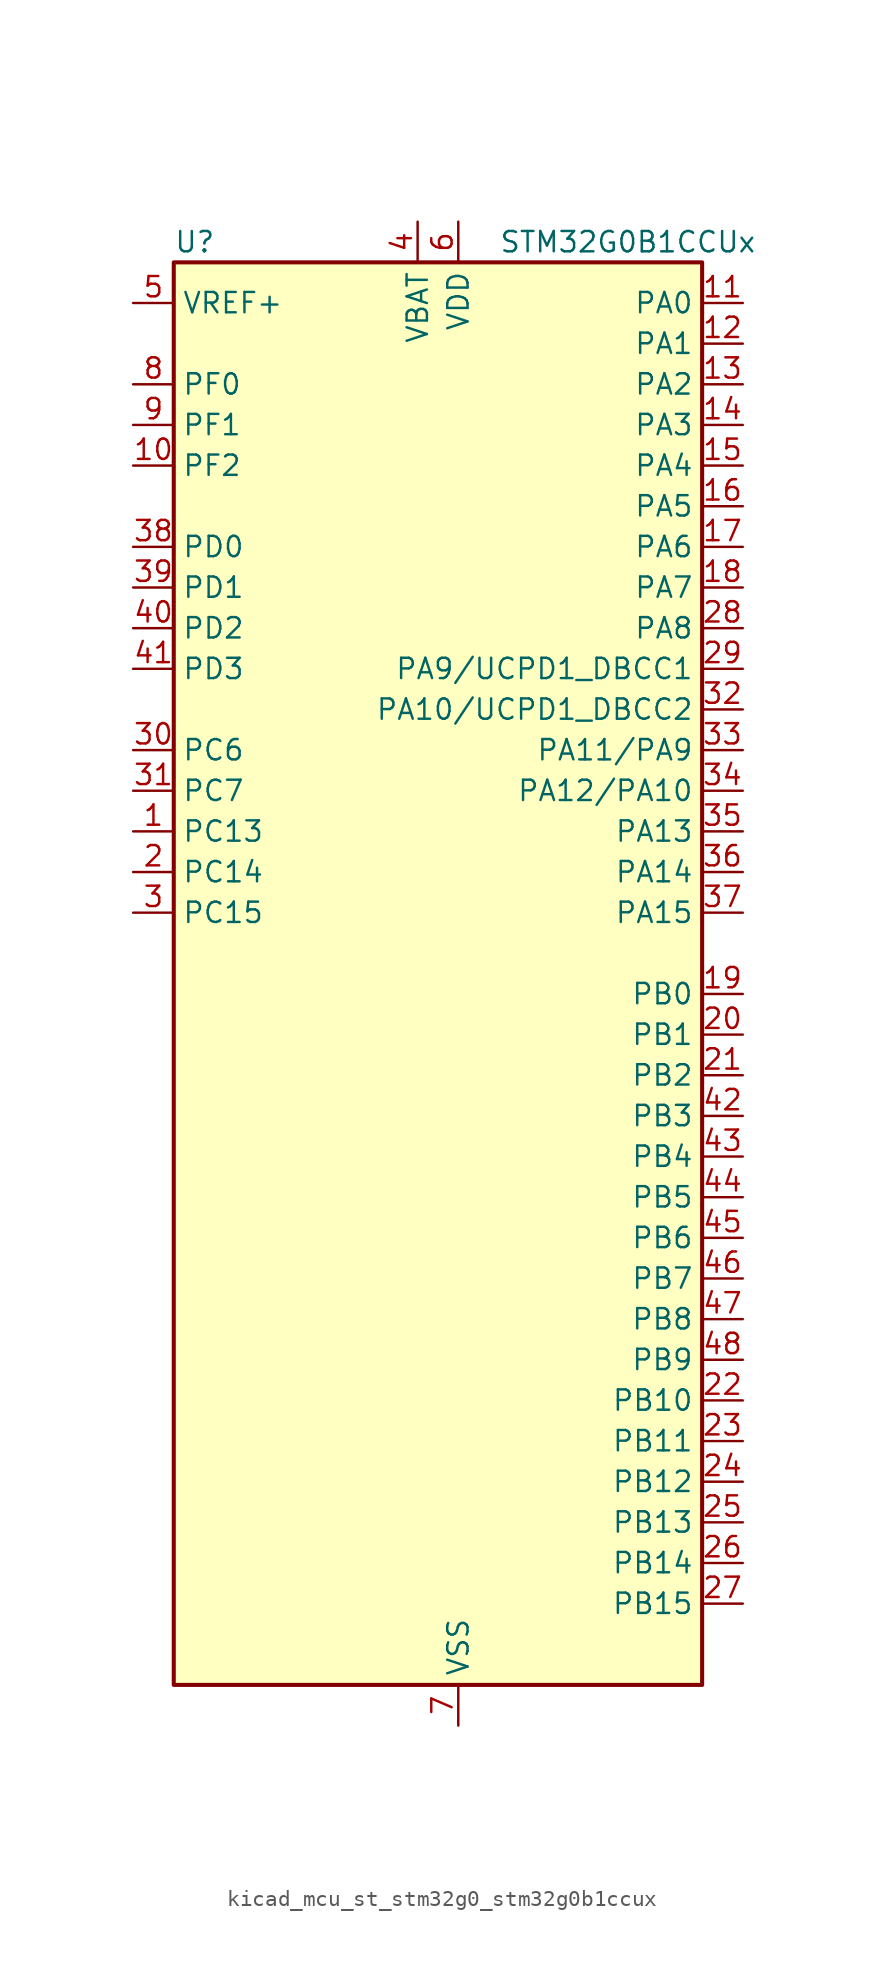
<source format=kicad_sym>
(kicad_symbol_lib
  (version 20220914)
  (generator kicad_symbol_editor)
  (symbol "kicad_mcu_st_stm32g0_stm32g0b1ccux"
    (property "Reference" "U"
      (at -15.24 46.99 0)
      (effects (font (size 1.27 1.27)) (justify left)))
    (property "Value" "STM32G0B1CCUx"
      (at 5.08 46.99 0)
      (effects (font (size 1.27 1.27)) (justify left)))
    (property "ki_locked" ""
      (at 0 0 0)
      (effects (font (size 1.27 1.27))))
    (symbol "kicad_mcu_st_stm32g0_stm32g0b1ccux_0_1"
      (rectangle (start -15.24 -43.18) (end 17.78 45.72) (stroke (width 0.254) (type default)) (fill (type background))))
    (symbol "kicad_mcu_st_stm32g0_stm32g0b1ccux_1_1"
      (pin bidirectional line (at -17.78 10.16 0) (length 2.54) (name "PC13" (effects (font (size 1.27 1.27)))) (number "1" (effects (font (size 1.27 1.27)))) (alternate "RTC_OUT1" bidirectional line) (alternate "RTC_TAMP_IN1" bidirectional line) (alternate "RTC_TS" bidirectional line) (alternate "SYS_WKUP2" bidirectional line) (alternate "TIM1_BK" bidirectional line))
      (pin bidirectional line (at -17.78 33.02 0) (length 2.54) (name "PF2" (effects (font (size 1.27 1.27)))) (number "10" (effects (font (size 1.27 1.27)))) (alternate "LPUART2_DE" bidirectional line) (alternate "LPUART2_RTS" bidirectional line) (alternate "LPUART2_TX" bidirectional line) (alternate "RCC_MCO" bidirectional line))
      (pin bidirectional line (at 20.32 43.18 180) (length 2.54) (name "PA0" (effects (font (size 1.27 1.27)))) (number "11" (effects (font (size 1.27 1.27)))) (alternate "ADC1_IN0" bidirectional line) (alternate "COMP1_INM" bidirectional line) (alternate "COMP1_OUT" bidirectional line) (alternate "I2S2_CK" bidirectional line) (alternate "LPTIM1_OUT" bidirectional line) (alternate "RTC_TAMP_IN2" bidirectional line) (alternate "SPI2_SCK" bidirectional line) (alternate "SYS_WKUP1" bidirectional line) (alternate "TIM2_CH1" bidirectional line) (alternate "TIM2_ETR" bidirectional line) (alternate "UCPD2_FRSTX1" bidirectional line) (alternate "UCPD2_FRSTX2" bidirectional line) (alternate "USART2_CTS" bidirectional line) (alternate "USART2_NSS" bidirectional line) (alternate "USART4_TX" bidirectional line))
      (pin bidirectional line (at 20.32 40.64 180) (length 2.54) (name "PA1" (effects (font (size 1.27 1.27)))) (number "12" (effects (font (size 1.27 1.27)))) (alternate "ADC1_IN1" bidirectional line) (alternate "COMP1_INP" bidirectional line) (alternate "I2C1_SMBA" bidirectional line) (alternate "I2S1_CK" bidirectional line) (alternate "SPI1_SCK" bidirectional line) (alternate "TIM15_CH1N" bidirectional line) (alternate "TIM2_CH2" bidirectional line) (alternate "USART2_CK" bidirectional line) (alternate "USART2_DE" bidirectional line) (alternate "USART2_RTS" bidirectional line) (alternate "USART4_RX" bidirectional line))
      (pin bidirectional line (at 20.32 38.1 180) (length 2.54) (name "PA2" (effects (font (size 1.27 1.27)))) (number "13" (effects (font (size 1.27 1.27)))) (alternate "ADC1_IN2" bidirectional line) (alternate "COMP2_INM" bidirectional line) (alternate "COMP2_OUT" bidirectional line) (alternate "I2S1_SD" bidirectional line) (alternate "LPUART1_TX" bidirectional line) (alternate "RCC_LSCO" bidirectional line) (alternate "SPI1_MOSI" bidirectional line) (alternate "SYS_WKUP4" bidirectional line) (alternate "TIM15_CH1" bidirectional line) (alternate "TIM2_CH3" bidirectional line) (alternate "UCPD1_FRSTX1" bidirectional line) (alternate "UCPD1_FRSTX2" bidirectional line) (alternate "USART2_TX" bidirectional line))
      (pin bidirectional line (at 20.32 35.56 180) (length 2.54) (name "PA3" (effects (font (size 1.27 1.27)))) (number "14" (effects (font (size 1.27 1.27)))) (alternate "ADC1_IN3" bidirectional line) (alternate "COMP2_INP" bidirectional line) (alternate "I2S2_MCK" bidirectional line) (alternate "LPUART1_RX" bidirectional line) (alternate "SPI2_MISO" bidirectional line) (alternate "TIM15_CH2" bidirectional line) (alternate "TIM2_CH4" bidirectional line) (alternate "UCPD2_FRSTX1" bidirectional line) (alternate "UCPD2_FRSTX2" bidirectional line) (alternate "USART2_RX" bidirectional line))
      (pin bidirectional line (at 20.32 33.02 180) (length 2.54) (name "PA4" (effects (font (size 1.27 1.27)))) (number "15" (effects (font (size 1.27 1.27)))) (alternate "ADC1_IN4" bidirectional line) (alternate "DAC1_OUT1" bidirectional line) (alternate "I2S1_WS" bidirectional line) (alternate "I2S2_SD" bidirectional line) (alternate "LPTIM2_OUT" bidirectional line) (alternate "RTC_OUT2" bidirectional line) (alternate "SPI1_NSS" bidirectional line) (alternate "SPI2_MOSI" bidirectional line) (alternate "SPI3_NSS" bidirectional line) (alternate "TIM14_CH1" bidirectional line) (alternate "UCPD2_FRSTX1" bidirectional line) (alternate "UCPD2_FRSTX2" bidirectional line) (alternate "USART6_TX" bidirectional line) (alternate "USB_NOE" bidirectional line))
      (pin bidirectional line (at 20.32 30.48 180) (length 2.54) (name "PA5" (effects (font (size 1.27 1.27)))) (number "16" (effects (font (size 1.27 1.27)))) (alternate "ADC1_IN5" bidirectional line) (alternate "CEC" bidirectional line) (alternate "DAC1_OUT2" bidirectional line) (alternate "I2S1_CK" bidirectional line) (alternate "LPTIM2_ETR" bidirectional line) (alternate "SPI1_SCK" bidirectional line) (alternate "TIM2_CH1" bidirectional line) (alternate "TIM2_ETR" bidirectional line) (alternate "UCPD1_FRSTX1" bidirectional line) (alternate "UCPD1_FRSTX2" bidirectional line) (alternate "USART3_TX" bidirectional line) (alternate "USART6_RX" bidirectional line))
      (pin bidirectional line (at 20.32 27.94 180) (length 2.54) (name "PA6" (effects (font (size 1.27 1.27)))) (number "17" (effects (font (size 1.27 1.27)))) (alternate "ADC1_IN6" bidirectional line) (alternate "COMP1_OUT" bidirectional line) (alternate "I2C2_SDA" bidirectional line) (alternate "I2C3_SDA" bidirectional line) (alternate "I2S1_MCK" bidirectional line) (alternate "LPUART1_CTS" bidirectional line) (alternate "SPI1_MISO" bidirectional line) (alternate "TIM16_CH1" bidirectional line) (alternate "TIM1_BK" bidirectional line) (alternate "TIM3_CH1" bidirectional line) (alternate "USART3_CTS" bidirectional line) (alternate "USART3_NSS" bidirectional line) (alternate "USART6_CTS" bidirectional line) (alternate "USART6_NSS" bidirectional line))
      (pin bidirectional line (at 20.32 25.4 180) (length 2.54) (name "PA7" (effects (font (size 1.27 1.27)))) (number "18" (effects (font (size 1.27 1.27)))) (alternate "ADC1_IN7" bidirectional line) (alternate "COMP2_OUT" bidirectional line) (alternate "I2C2_SCL" bidirectional line) (alternate "I2C3_SCL" bidirectional line) (alternate "I2S1_SD" bidirectional line) (alternate "SPI1_MOSI" bidirectional line) (alternate "TIM14_CH1" bidirectional line) (alternate "TIM17_CH1" bidirectional line) (alternate "TIM1_CH1N" bidirectional line) (alternate "TIM3_CH2" bidirectional line) (alternate "UCPD1_FRSTX1" bidirectional line) (alternate "UCPD1_FRSTX2" bidirectional line) (alternate "USART6_CK" bidirectional line) (alternate "USART6_DE" bidirectional line) (alternate "USART6_RTS" bidirectional line))
      (pin bidirectional line (at 20.32 0 180) (length 2.54) (name "PB0" (effects (font (size 1.27 1.27)))) (number "19" (effects (font (size 1.27 1.27)))) (alternate "ADC1_IN8" bidirectional line) (alternate "COMP1_OUT" bidirectional line) (alternate "COMP3_INP" bidirectional line) (alternate "FDCAN2_RX" bidirectional line) (alternate "I2S1_WS" bidirectional line) (alternate "LPTIM1_OUT" bidirectional line) (alternate "LPUART2_CTS" bidirectional line) (alternate "SPI1_NSS" bidirectional line) (alternate "TIM1_CH2N" bidirectional line) (alternate "TIM3_CH3" bidirectional line) (alternate "UCPD1_FRSTX1" bidirectional line) (alternate "UCPD1_FRSTX2" bidirectional line) (alternate "USART3_RX" bidirectional line) (alternate "USART5_TX" bidirectional line))
      (pin bidirectional line (at -17.78 7.62 0) (length 2.54) (name "PC14" (effects (font (size 1.27 1.27)))) (number "2" (effects (font (size 1.27 1.27)))) (alternate "RCC_OSC32_IN" bidirectional line) (alternate "TIM1_BK2" bidirectional line))
      (pin bidirectional line (at 20.32 -2.54 180) (length 2.54) (name "PB1" (effects (font (size 1.27 1.27)))) (number "20" (effects (font (size 1.27 1.27)))) (alternate "ADC1_IN9" bidirectional line) (alternate "COMP1_INM" bidirectional line) (alternate "COMP3_OUT" bidirectional line) (alternate "FDCAN2_TX" bidirectional line) (alternate "LPTIM2_IN1" bidirectional line) (alternate "LPUART1_DE" bidirectional line) (alternate "LPUART1_RTS" bidirectional line) (alternate "LPUART2_DE" bidirectional line) (alternate "LPUART2_RTS" bidirectional line) (alternate "TIM14_CH1" bidirectional line) (alternate "TIM1_CH3N" bidirectional line) (alternate "TIM3_CH4" bidirectional line) (alternate "USART3_CK" bidirectional line) (alternate "USART3_DE" bidirectional line) (alternate "USART3_RTS" bidirectional line) (alternate "USART5_RX" bidirectional line))
      (pin bidirectional line (at 20.32 -5.08 180) (length 2.54) (name "PB2" (effects (font (size 1.27 1.27)))) (number "21" (effects (font (size 1.27 1.27)))) (alternate "ADC1_IN10" bidirectional line) (alternate "COMP1_INP" bidirectional line) (alternate "COMP3_INM" bidirectional line) (alternate "I2S2_MCK" bidirectional line) (alternate "LPTIM1_OUT" bidirectional line) (alternate "RCC_MCO_2" bidirectional line) (alternate "SPI2_MISO" bidirectional line) (alternate "USART3_TX" bidirectional line))
      (pin bidirectional line (at 20.32 -25.4 180) (length 2.54) (name "PB10" (effects (font (size 1.27 1.27)))) (number "22" (effects (font (size 1.27 1.27)))) (alternate "ADC1_IN11" bidirectional line) (alternate "CEC" bidirectional line) (alternate "COMP1_OUT" bidirectional line) (alternate "I2C2_SCL" bidirectional line) (alternate "I2S2_CK" bidirectional line) (alternate "LPUART1_RX" bidirectional line) (alternate "SPI2_SCK" bidirectional line) (alternate "TIM2_CH3" bidirectional line) (alternate "USART3_TX" bidirectional line))
      (pin bidirectional line (at 20.32 -27.94 180) (length 2.54) (name "PB11" (effects (font (size 1.27 1.27)))) (number "23" (effects (font (size 1.27 1.27)))) (alternate "ADC1_EXTI11" bidirectional line) (alternate "ADC1_IN15" bidirectional line) (alternate "COMP2_OUT" bidirectional line) (alternate "I2C2_SDA" bidirectional line) (alternate "I2S2_SD" bidirectional line) (alternate "LPUART1_TX" bidirectional line) (alternate "SPI2_MOSI" bidirectional line) (alternate "TIM2_CH4" bidirectional line) (alternate "USART3_RX" bidirectional line))
      (pin bidirectional line (at 20.32 -30.48 180) (length 2.54) (name "PB12" (effects (font (size 1.27 1.27)))) (number "24" (effects (font (size 1.27 1.27)))) (alternate "ADC1_IN16" bidirectional line) (alternate "FDCAN2_RX" bidirectional line) (alternate "I2C2_SMBA" bidirectional line) (alternate "I2S2_WS" bidirectional line) (alternate "LPUART1_DE" bidirectional line) (alternate "LPUART1_RTS" bidirectional line) (alternate "SPI2_NSS" bidirectional line) (alternate "TIM15_BK" bidirectional line) (alternate "TIM1_BK" bidirectional line) (alternate "UCPD2_FRSTX1" bidirectional line) (alternate "UCPD2_FRSTX2" bidirectional line))
      (pin bidirectional line (at 20.32 -33.02 180) (length 2.54) (name "PB13" (effects (font (size 1.27 1.27)))) (number "25" (effects (font (size 1.27 1.27)))) (alternate "FDCAN2_TX" bidirectional line) (alternate "I2C2_SCL" bidirectional line) (alternate "I2S2_CK" bidirectional line) (alternate "LPUART1_CTS" bidirectional line) (alternate "SPI2_SCK" bidirectional line) (alternate "TIM15_CH1N" bidirectional line) (alternate "TIM1_CH1N" bidirectional line) (alternate "USART3_CTS" bidirectional line) (alternate "USART3_NSS" bidirectional line))
      (pin bidirectional line (at 20.32 -35.56 180) (length 2.54) (name "PB14" (effects (font (size 1.27 1.27)))) (number "26" (effects (font (size 1.27 1.27)))) (alternate "I2C2_SDA" bidirectional line) (alternate "I2S2_MCK" bidirectional line) (alternate "SPI2_MISO" bidirectional line) (alternate "TIM15_CH1" bidirectional line) (alternate "TIM1_CH2N" bidirectional line) (alternate "UCPD1_FRSTX1" bidirectional line) (alternate "UCPD1_FRSTX2" bidirectional line) (alternate "USART3_CK" bidirectional line) (alternate "USART3_DE" bidirectional line) (alternate "USART3_RTS" bidirectional line) (alternate "USART6_CK" bidirectional line) (alternate "USART6_DE" bidirectional line) (alternate "USART6_RTS" bidirectional line))
      (pin bidirectional line (at 20.32 -38.1 180) (length 2.54) (name "PB15" (effects (font (size 1.27 1.27)))) (number "27" (effects (font (size 1.27 1.27)))) (alternate "I2S2_SD" bidirectional line) (alternate "RTC_REFIN" bidirectional line) (alternate "SPI2_MOSI" bidirectional line) (alternate "TIM15_CH1N" bidirectional line) (alternate "TIM15_CH2" bidirectional line) (alternate "TIM1_CH3N" bidirectional line) (alternate "UCPD1_CC2" bidirectional line) (alternate "USART6_CTS" bidirectional line) (alternate "USART6_NSS" bidirectional line))
      (pin bidirectional line (at 20.32 22.86 180) (length 2.54) (name "PA8" (effects (font (size 1.27 1.27)))) (number "28" (effects (font (size 1.27 1.27)))) (alternate "CRS1_SYNC" bidirectional line) (alternate "I2C2_SMBA" bidirectional line) (alternate "I2S2_WS" bidirectional line) (alternate "LPTIM2_OUT" bidirectional line) (alternate "RCC_MCO" bidirectional line) (alternate "SPI2_NSS" bidirectional line) (alternate "TIM1_CH1" bidirectional line) (alternate "UCPD1_CC1" bidirectional line))
      (pin bidirectional line (at 20.32 20.32 180) (length 2.54) (name "PA9/UCPD1_DBCC1" (effects (font (size 1.27 1.27)))) (number "29" (effects (font (size 1.27 1.27)))) (alternate "DAC1_EXTI9" bidirectional line) (alternate "I2C1_SCL" bidirectional line) (alternate "I2C2_SCL" bidirectional line) (alternate "I2S2_MCK" bidirectional line) (alternate "RCC_MCO" bidirectional line) (alternate "SPI2_MISO" bidirectional line) (alternate "TIM15_BK" bidirectional line) (alternate "TIM1_CH2" bidirectional line) (alternate "UCPD1_DBCC1" bidirectional line) (alternate "USART1_TX" bidirectional line))
      (pin bidirectional line (at -17.78 5.08 0) (length 2.54) (name "PC15" (effects (font (size 1.27 1.27)))) (number "3" (effects (font (size 1.27 1.27)))) (alternate "RCC_OSC32_EN" bidirectional line) (alternate "RCC_OSC32_OUT" bidirectional line) (alternate "RCC_OSC_EN" bidirectional line) (alternate "TIM15_BK" bidirectional line))
      (pin bidirectional line (at -17.78 15.24 0) (length 2.54) (name "PC6" (effects (font (size 1.27 1.27)))) (number "30" (effects (font (size 1.27 1.27)))) (alternate "LPUART2_TX" bidirectional line) (alternate "TIM2_CH3" bidirectional line) (alternate "TIM3_CH1" bidirectional line) (alternate "UCPD1_FRSTX1" bidirectional line) (alternate "UCPD1_FRSTX2" bidirectional line))
      (pin bidirectional line (at -17.78 12.7 0) (length 2.54) (name "PC7" (effects (font (size 1.27 1.27)))) (number "31" (effects (font (size 1.27 1.27)))) (alternate "LPUART2_RX" bidirectional line) (alternate "TIM2_CH4" bidirectional line) (alternate "TIM3_CH2" bidirectional line) (alternate "UCPD2_FRSTX1" bidirectional line) (alternate "UCPD2_FRSTX2" bidirectional line))
      (pin bidirectional line (at 20.32 17.78 180) (length 2.54) (name "PA10/UCPD1_DBCC2" (effects (font (size 1.27 1.27)))) (number "32" (effects (font (size 1.27 1.27)))) (alternate "I2C1_SDA" bidirectional line) (alternate "I2C2_SDA" bidirectional line) (alternate "I2S2_SD" bidirectional line) (alternate "RCC_MCO_2" bidirectional line) (alternate "SPI2_MOSI" bidirectional line) (alternate "TIM17_BK" bidirectional line) (alternate "TIM1_CH3" bidirectional line) (alternate "UCPD1_DBCC2" bidirectional line) (alternate "USART1_RX" bidirectional line))
      (pin bidirectional line (at 20.32 15.24 180) (length 2.54) (name "PA11/PA9" (effects (font (size 1.27 1.27)))) (number "33" (effects (font (size 1.27 1.27)))) (alternate "ADC1_EXTI11" bidirectional line) (alternate "COMP1_OUT" bidirectional line) (alternate "FDCAN1_RX" bidirectional line) (alternate "I2C2_SCL" bidirectional line) (alternate "I2S1_MCK" bidirectional line) (alternate "SPI1_MISO" bidirectional line) (alternate "TIM1_BK2" bidirectional line) (alternate "TIM1_CH4" bidirectional line) (alternate "USART1_CTS" bidirectional line) (alternate "USART1_NSS" bidirectional line) (alternate "USB_DM" bidirectional line))
      (pin bidirectional line (at 20.32 12.7 180) (length 2.54) (name "PA12/PA10" (effects (font (size 1.27 1.27)))) (number "34" (effects (font (size 1.27 1.27)))) (alternate "COMP2_OUT" bidirectional line) (alternate "FDCAN1_TX" bidirectional line) (alternate "I2C2_SDA" bidirectional line) (alternate "I2S1_SD" bidirectional line) (alternate "I2S_CKIN" bidirectional line) (alternate "SPI1_MOSI" bidirectional line) (alternate "TIM1_ETR" bidirectional line) (alternate "USART1_CK" bidirectional line) (alternate "USART1_DE" bidirectional line) (alternate "USART1_RTS" bidirectional line) (alternate "USB_DP" bidirectional line))
      (pin bidirectional line (at 20.32 10.16 180) (length 2.54) (name "PA13" (effects (font (size 1.27 1.27)))) (number "35" (effects (font (size 1.27 1.27)))) (alternate "IR_OUT" bidirectional line) (alternate "LPUART2_RX" bidirectional line) (alternate "SYS_SWDIO" bidirectional line) (alternate "USB_NOE" bidirectional line))
      (pin bidirectional line (at 20.32 7.62 180) (length 2.54) (name "PA14" (effects (font (size 1.27 1.27)))) (number "36" (effects (font (size 1.27 1.27)))) (alternate "LPUART2_TX" bidirectional line) (alternate "SYS_SWCLK" bidirectional line) (alternate "USART2_TX" bidirectional line))
      (pin bidirectional line (at 20.32 5.08 180) (length 2.54) (name "PA15" (effects (font (size 1.27 1.27)))) (number "37" (effects (font (size 1.27 1.27)))) (alternate "I2C2_SMBA" bidirectional line) (alternate "I2S1_WS" bidirectional line) (alternate "RCC_MCO_2" bidirectional line) (alternate "SPI1_NSS" bidirectional line) (alternate "SPI3_NSS" bidirectional line) (alternate "TIM2_CH1" bidirectional line) (alternate "TIM2_ETR" bidirectional line) (alternate "USART2_RX" bidirectional line) (alternate "USART3_CK" bidirectional line) (alternate "USART3_DE" bidirectional line) (alternate "USART3_RTS" bidirectional line) (alternate "USART4_CK" bidirectional line) (alternate "USART4_DE" bidirectional line) (alternate "USART4_RTS" bidirectional line) (alternate "USB_NOE" bidirectional line))
      (pin bidirectional line (at -17.78 27.94 0) (length 2.54) (name "PD0" (effects (font (size 1.27 1.27)))) (number "38" (effects (font (size 1.27 1.27)))) (alternate "FDCAN1_RX" bidirectional line) (alternate "I2S2_WS" bidirectional line) (alternate "SPI2_NSS" bidirectional line) (alternate "TIM16_CH1" bidirectional line) (alternate "UCPD2_CC1" bidirectional line))
      (pin bidirectional line (at -17.78 25.4 0) (length 2.54) (name "PD1" (effects (font (size 1.27 1.27)))) (number "39" (effects (font (size 1.27 1.27)))) (alternate "FDCAN1_TX" bidirectional line) (alternate "I2S2_CK" bidirectional line) (alternate "SPI2_SCK" bidirectional line) (alternate "TIM17_CH1" bidirectional line) (alternate "UCPD2_DBCC1" bidirectional line))
      (pin power_in line (at 0 48.26 270) (length 2.54) (name "VBAT" (effects (font (size 1.27 1.27)))) (number "4" (effects (font (size 1.27 1.27)))))
      (pin bidirectional line (at -17.78 22.86 0) (length 2.54) (name "PD2" (effects (font (size 1.27 1.27)))) (number "40" (effects (font (size 1.27 1.27)))) (alternate "TIM1_CH1N" bidirectional line) (alternate "TIM3_ETR" bidirectional line) (alternate "UCPD2_CC2" bidirectional line) (alternate "USART3_CK" bidirectional line) (alternate "USART3_DE" bidirectional line) (alternate "USART3_RTS" bidirectional line) (alternate "USART5_RX" bidirectional line))
      (pin bidirectional line (at -17.78 20.32 0) (length 2.54) (name "PD3" (effects (font (size 1.27 1.27)))) (number "41" (effects (font (size 1.27 1.27)))) (alternate "I2S2_MCK" bidirectional line) (alternate "SPI2_MISO" bidirectional line) (alternate "TIM1_CH2N" bidirectional line) (alternate "UCPD2_DBCC2" bidirectional line) (alternate "USART2_CTS" bidirectional line) (alternate "USART2_NSS" bidirectional line) (alternate "USART5_TX" bidirectional line))
      (pin bidirectional line (at 20.32 -7.62 180) (length 2.54) (name "PB3" (effects (font (size 1.27 1.27)))) (number "42" (effects (font (size 1.27 1.27)))) (alternate "COMP2_INM" bidirectional line) (alternate "I2C2_SCL" bidirectional line) (alternate "I2C3_SCL" bidirectional line) (alternate "I2S1_CK" bidirectional line) (alternate "SPI1_SCK" bidirectional line) (alternate "SPI3_SCK" bidirectional line) (alternate "TIM1_CH2" bidirectional line) (alternate "TIM2_CH2" bidirectional line) (alternate "USART1_CK" bidirectional line) (alternate "USART1_DE" bidirectional line) (alternate "USART1_RTS" bidirectional line) (alternate "USART5_TX" bidirectional line))
      (pin bidirectional line (at 20.32 -10.16 180) (length 2.54) (name "PB4" (effects (font (size 1.27 1.27)))) (number "43" (effects (font (size 1.27 1.27)))) (alternate "COMP2_INP" bidirectional line) (alternate "I2C2_SDA" bidirectional line) (alternate "I2C3_SDA" bidirectional line) (alternate "I2S1_MCK" bidirectional line) (alternate "SPI1_MISO" bidirectional line) (alternate "SPI3_MISO" bidirectional line) (alternate "TIM17_BK" bidirectional line) (alternate "TIM3_CH1" bidirectional line) (alternate "USART1_CTS" bidirectional line) (alternate "USART1_NSS" bidirectional line) (alternate "USART5_RX" bidirectional line))
      (pin bidirectional line (at 20.32 -12.7 180) (length 2.54) (name "PB5" (effects (font (size 1.27 1.27)))) (number "44" (effects (font (size 1.27 1.27)))) (alternate "COMP2_OUT" bidirectional line) (alternate "FDCAN2_RX" bidirectional line) (alternate "I2C1_SMBA" bidirectional line) (alternate "I2S1_SD" bidirectional line) (alternate "LPTIM1_IN1" bidirectional line) (alternate "SPI1_MOSI" bidirectional line) (alternate "SPI3_MOSI" bidirectional line) (alternate "SYS_WKUP6" bidirectional line) (alternate "TIM16_BK" bidirectional line) (alternate "TIM3_CH2" bidirectional line) (alternate "USART5_CK" bidirectional line) (alternate "USART5_DE" bidirectional line) (alternate "USART5_RTS" bidirectional line))
      (pin bidirectional line (at 20.32 -15.24 180) (length 2.54) (name "PB6" (effects (font (size 1.27 1.27)))) (number "45" (effects (font (size 1.27 1.27)))) (alternate "COMP2_INP" bidirectional line) (alternate "FDCAN2_TX" bidirectional line) (alternate "I2C1_SCL" bidirectional line) (alternate "I2S2_MCK" bidirectional line) (alternate "LPTIM1_ETR" bidirectional line) (alternate "LPUART2_TX" bidirectional line) (alternate "SPI2_MISO" bidirectional line) (alternate "TIM16_CH1N" bidirectional line) (alternate "TIM1_CH3" bidirectional line) (alternate "TIM4_CH1" bidirectional line) (alternate "USART1_TX" bidirectional line) (alternate "USART5_CTS" bidirectional line) (alternate "USART5_NSS" bidirectional line))
      (pin bidirectional line (at 20.32 -17.78 180) (length 2.54) (name "PB7" (effects (font (size 1.27 1.27)))) (number "46" (effects (font (size 1.27 1.27)))) (alternate "COMP2_INM" bidirectional line) (alternate "I2C1_SDA" bidirectional line) (alternate "I2S2_SD" bidirectional line) (alternate "LPTIM1_IN2" bidirectional line) (alternate "LPUART2_RX" bidirectional line) (alternate "SPI2_MOSI" bidirectional line) (alternate "SYS_PVD_IN" bidirectional line) (alternate "TIM17_CH1N" bidirectional line) (alternate "TIM4_CH2" bidirectional line) (alternate "USART1_RX" bidirectional line) (alternate "USART4_CTS" bidirectional line) (alternate "USART4_NSS" bidirectional line))
      (pin bidirectional line (at 20.32 -20.32 180) (length 2.54) (name "PB8" (effects (font (size 1.27 1.27)))) (number "47" (effects (font (size 1.27 1.27)))) (alternate "CEC" bidirectional line) (alternate "FDCAN1_RX" bidirectional line) (alternate "I2C1_SCL" bidirectional line) (alternate "I2S2_CK" bidirectional line) (alternate "SPI2_SCK" bidirectional line) (alternate "TIM15_BK" bidirectional line) (alternate "TIM16_CH1" bidirectional line) (alternate "TIM4_CH3" bidirectional line) (alternate "USART3_TX" bidirectional line) (alternate "USART6_TX" bidirectional line))
      (pin bidirectional line (at 20.32 -22.86 180) (length 2.54) (name "PB9" (effects (font (size 1.27 1.27)))) (number "48" (effects (font (size 1.27 1.27)))) (alternate "DAC1_EXTI9" bidirectional line) (alternate "FDCAN1_TX" bidirectional line) (alternate "I2C1_SDA" bidirectional line) (alternate "I2S2_WS" bidirectional line) (alternate "IR_OUT" bidirectional line) (alternate "SPI2_NSS" bidirectional line) (alternate "TIM17_CH1" bidirectional line) (alternate "TIM4_CH4" bidirectional line) (alternate "UCPD2_FRSTX1" bidirectional line) (alternate "UCPD2_FRSTX2" bidirectional line) (alternate "USART3_RX" bidirectional line) (alternate "USART6_RX" bidirectional line))
      (pin passive line (at 2.54 -45.72 90) (length 2.54) hide (name "VSS" (effects (font (size 1.27 1.27)))) (number "49" (effects (font (size 1.27 1.27)))))
      (pin input line (at -17.78 43.18 0) (length 2.54) (name "VREF+" (effects (font (size 1.27 1.27)))) (number "5" (effects (font (size 1.27 1.27)))) (alternate "VREFBUF_OUT" bidirectional line))
      (pin power_in line (at 2.54 48.26 270) (length 2.54) (name "VDD" (effects (font (size 1.27 1.27)))) (number "6" (effects (font (size 1.27 1.27)))))
      (pin power_in line (at 2.54 -45.72 90) (length 2.54) (name "VSS" (effects (font (size 1.27 1.27)))) (number "7" (effects (font (size 1.27 1.27)))))
      (pin bidirectional line (at -17.78 38.1 0) (length 2.54) (name "PF0" (effects (font (size 1.27 1.27)))) (number "8" (effects (font (size 1.27 1.27)))) (alternate "CRS1_SYNC" bidirectional line) (alternate "RCC_OSC_IN" bidirectional line) (alternate "TIM14_CH1" bidirectional line))
      (pin bidirectional line (at -17.78 35.56 0) (length 2.54) (name "PF1" (effects (font (size 1.27 1.27)))) (number "9" (effects (font (size 1.27 1.27)))) (alternate "RCC_OSC_EN" bidirectional line) (alternate "RCC_OSC_OUT" bidirectional line) (alternate "TIM15_CH1N" bidirectional line)))))
</source>
